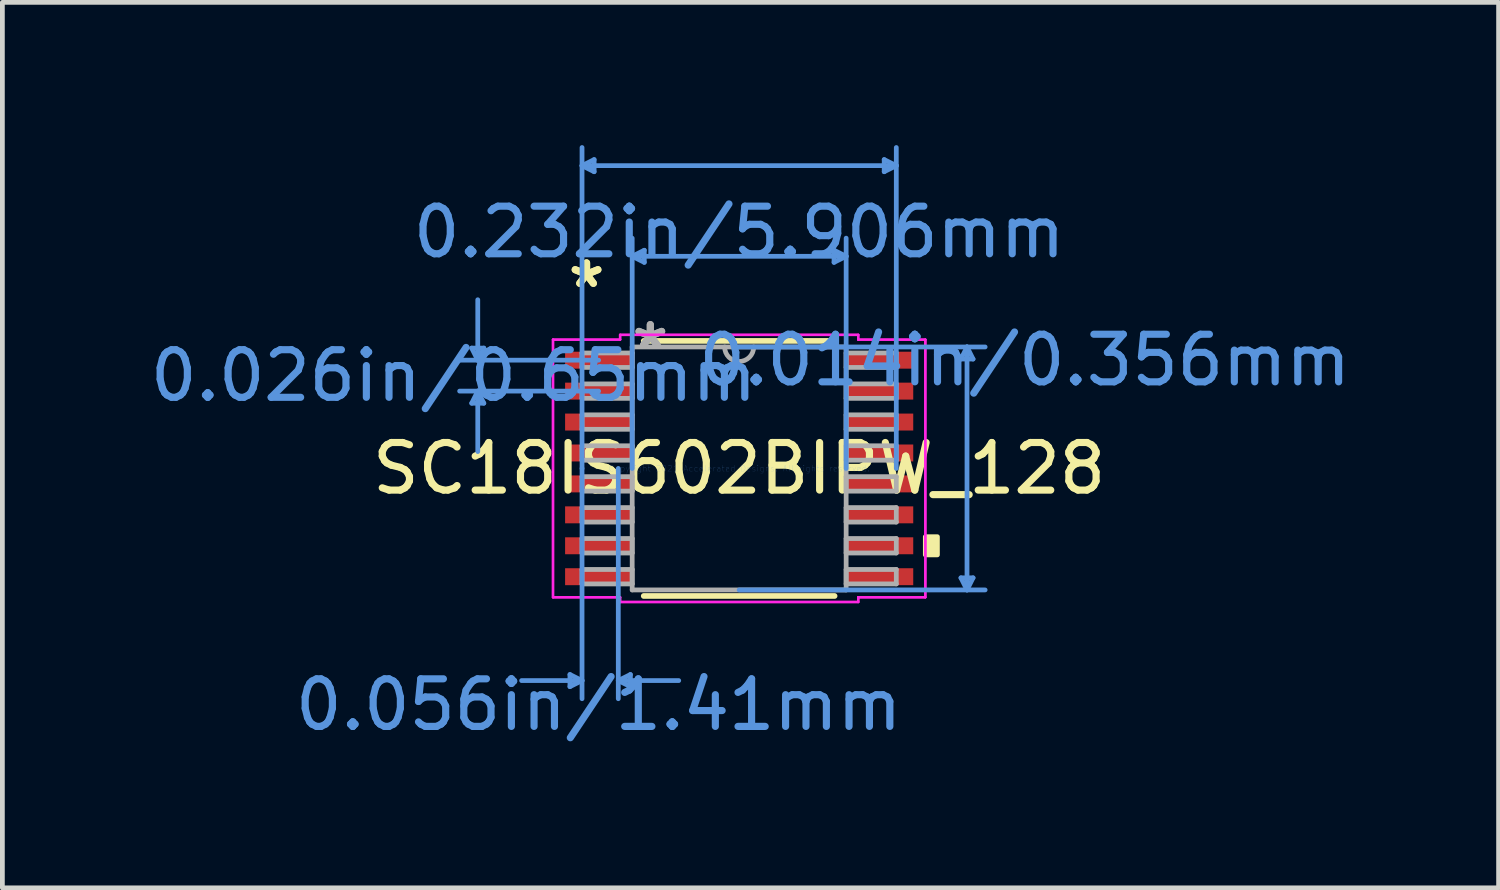
<source format=kicad_pcb>
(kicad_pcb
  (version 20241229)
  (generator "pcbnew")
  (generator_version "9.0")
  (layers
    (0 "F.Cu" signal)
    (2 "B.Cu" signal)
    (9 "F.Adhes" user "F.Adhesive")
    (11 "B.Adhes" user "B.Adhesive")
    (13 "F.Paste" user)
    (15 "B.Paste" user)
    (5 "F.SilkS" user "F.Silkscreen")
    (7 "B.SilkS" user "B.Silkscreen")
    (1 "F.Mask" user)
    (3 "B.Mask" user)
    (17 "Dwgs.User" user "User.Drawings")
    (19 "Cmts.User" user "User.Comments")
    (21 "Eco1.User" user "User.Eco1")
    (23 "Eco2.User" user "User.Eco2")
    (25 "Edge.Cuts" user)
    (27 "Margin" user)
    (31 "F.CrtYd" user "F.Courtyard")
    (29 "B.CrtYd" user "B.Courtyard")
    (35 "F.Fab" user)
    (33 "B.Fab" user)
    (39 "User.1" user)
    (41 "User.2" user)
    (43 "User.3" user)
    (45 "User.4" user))
  (footprint "SC18IS602BIPW_128"
    (layer "F.Cu")
    (at 12.483 6.794)
    (property "Reference" "SC18IS602BIPW_128" (at 0 0 0) (layer "F.SilkS") (effects (font (size 1 1) (thickness 0.15))))
    (attr through_hole)
    (fp_line (start -2.005 2.68) (end 2.005 2.68) (stroke (width 0.12) (type solid)) (layer "F.SilkS"))
    (fp_line (start 2.005 -2.68) (end -2.005 -2.68) (stroke (width 0.12) (type solid)) (layer "F.SilkS"))
    (fp_poly (pts (xy 4.166 1.435) (xy 4.166 1.816) (xy 3.912 1.816) (xy 3.912 1.435)) (stroke (width 0.1) (type solid)) (fill yes) (layer "F.SilkS"))
    (fp_line (start -5.62 -2.529) (end -5.366 -2.529) (stroke (width 0.1) (type solid)) (layer "Cmts.User"))
    (fp_line (start -5.62 -1.371) (end -5.366 -1.371) (stroke (width 0.1) (type solid)) (layer "Cmts.User"))
    (fp_line (start -5.493 -2.275) (end -5.62 -2.529) (stroke (width 0.1) (type solid)) (layer "Cmts.User"))
    (fp_line (start -5.493 -2.275) (end -5.493 -3.545) (stroke (width 0.1) (type solid)) (layer "Cmts.User"))
    (fp_line (start -5.493 -2.275) (end -5.366 -2.529) (stroke (width 0.1) (type solid)) (layer "Cmts.User"))
    (fp_line (start -5.493 -1.625) (end -5.62 -1.371) (stroke (width 0.1) (type solid)) (layer "Cmts.User"))
    (fp_line (start -5.493 -1.625) (end -5.493 -0.355) (stroke (width 0.1) (type solid)) (layer "Cmts.User"))
    (fp_line (start -5.493 -1.625) (end -5.366 -1.371) (stroke (width 0.1) (type solid)) (layer "Cmts.User"))
    (fp_line (start -3.556 4.331) (end -3.556 4.585) (stroke (width 0.1) (type solid)) (layer "Cmts.User"))
    (fp_line (start -3.302 -6.363) (end -3.048 -6.49) (stroke (width 0.1) (type solid)) (layer "Cmts.User"))
    (fp_line (start -3.302 -6.363) (end -3.048 -6.236) (stroke (width 0.1) (type solid)) (layer "Cmts.User"))
    (fp_line (start -3.302 -6.363) (end 3.302 -6.363) (stroke (width 0.1) (type solid)) (layer "Cmts.User"))
    (fp_line (start -3.302 0) (end -3.302 -6.744) (stroke (width 0.1) (type solid)) (layer "Cmts.User"))
    (fp_line (start -3.302 0) (end -3.302 4.839) (stroke (width 0.1) (type solid)) (layer "Cmts.User"))
    (fp_line (start -3.302 4.458) (end -4.572 4.458) (stroke (width 0.1) (type solid)) (layer "Cmts.User"))
    (fp_line (start -3.302 4.458) (end -3.556 4.331) (stroke (width 0.1) (type solid)) (layer "Cmts.User"))
    (fp_line (start -3.302 4.458) (end -3.556 4.585) (stroke (width 0.1) (type solid)) (layer "Cmts.User"))
    (fp_line (start -3.048 -6.49) (end -3.048 -6.236) (stroke (width 0.1) (type solid)) (layer "Cmts.User"))
    (fp_line (start -2.953 -2.275) (end -5.874 -2.275) (stroke (width 0.1) (type solid)) (layer "Cmts.User"))
    (fp_line (start -2.953 -1.625) (end -5.874 -1.625) (stroke (width 0.1) (type solid)) (layer "Cmts.User"))
    (fp_line (start -2.54 0) (end -2.54 4.839) (stroke (width 0.1) (type solid)) (layer "Cmts.User"))
    (fp_line (start -2.54 4.458) (end -2.286 4.331) (stroke (width 0.1) (type solid)) (layer "Cmts.User"))
    (fp_line (start -2.54 4.458) (end -2.286 4.585) (stroke (width 0.1) (type solid)) (layer "Cmts.User"))
    (fp_line (start -2.54 4.458) (end -1.27 4.458) (stroke (width 0.1) (type solid)) (layer "Cmts.User"))
    (fp_line (start -2.286 4.331) (end -2.286 4.585) (stroke (width 0.1) (type solid)) (layer "Cmts.User"))
    (fp_line (start -2.248 -4.458) (end -1.994 -4.585) (stroke (width 0.1) (type solid)) (layer "Cmts.User"))
    (fp_line (start -2.248 -4.458) (end -1.994 -4.331) (stroke (width 0.1) (type solid)) (layer "Cmts.User"))
    (fp_line (start -2.248 -4.458) (end 2.248 -4.458) (stroke (width 0.1) (type solid)) (layer "Cmts.User"))
    (fp_line (start -2.248 0) (end -2.248 -4.839) (stroke (width 0.1) (type solid)) (layer "Cmts.User"))
    (fp_line (start -1.994 -4.585) (end -1.994 -4.331) (stroke (width 0.1) (type solid)) (layer "Cmts.User"))
    (fp_line (start 0 -2.553) (end 5.169 -2.553) (stroke (width 0.1) (type solid)) (layer "Cmts.User"))
    (fp_line (start 0 2.553) (end 5.169 2.553) (stroke (width 0.1) (type solid)) (layer "Cmts.User"))
    (fp_line (start 1.994 -4.585) (end 1.994 -4.331) (stroke (width 0.1) (type solid)) (layer "Cmts.User"))
    (fp_line (start 2.248 -4.458) (end 1.994 -4.585) (stroke (width 0.1) (type solid)) (layer "Cmts.User"))
    (fp_line (start 2.248 -4.458) (end 1.994 -4.331) (stroke (width 0.1) (type solid)) (layer "Cmts.User"))
    (fp_line (start 2.248 0) (end 2.248 -4.839) (stroke (width 0.1) (type solid)) (layer "Cmts.User"))
    (fp_line (start 3.048 -6.49) (end 3.048 -6.236) (stroke (width 0.1) (type solid)) (layer "Cmts.User"))
    (fp_line (start 3.302 -6.363) (end 3.048 -6.49) (stroke (width 0.1) (type solid)) (layer "Cmts.User"))
    (fp_line (start 3.302 -6.363) (end 3.048 -6.236) (stroke (width 0.1) (type solid)) (layer "Cmts.User"))
    (fp_line (start 3.302 0) (end 3.302 -6.744) (stroke (width 0.1) (type solid)) (layer "Cmts.User"))
    (fp_line (start 4.661 -2.299) (end 4.915 -2.299) (stroke (width 0.1) (type solid)) (layer "Cmts.User"))
    (fp_line (start 4.661 2.299) (end 4.915 2.299) (stroke (width 0.1) (type solid)) (layer "Cmts.User"))
    (fp_line (start 4.788 -2.553) (end 4.661 -2.299) (stroke (width 0.1) (type solid)) (layer "Cmts.User"))
    (fp_line (start 4.788 -2.553) (end 4.788 2.553) (stroke (width 0.1) (type solid)) (layer "Cmts.User"))
    (fp_line (start 4.788 -2.553) (end 4.915 -2.299) (stroke (width 0.1) (type solid)) (layer "Cmts.User"))
    (fp_line (start 4.788 2.553) (end 4.661 2.299) (stroke (width 0.1) (type solid)) (layer "Cmts.User"))
    (fp_line (start 4.788 2.553) (end 4.915 2.299) (stroke (width 0.1) (type solid)) (layer "Cmts.User"))
    (fp_line (start -3.912 -2.707) (end -2.502 -2.707) (stroke (width 0.05) (type solid)) (layer "F.CrtYd"))
    (fp_line (start -3.912 -2.707) (end -2.502 -2.707) (stroke (width 0.05) (type solid)) (layer "F.CrtYd"))
    (fp_line (start -3.912 2.707) (end -3.912 -2.707) (stroke (width 0.05) (type solid)) (layer "F.CrtYd"))
    (fp_line (start -3.912 2.707) (end -3.912 -2.707) (stroke (width 0.05) (type solid)) (layer "F.CrtYd"))
    (fp_line (start -3.912 2.707) (end -2.502 2.707) (stroke (width 0.05) (type solid)) (layer "F.CrtYd"))
    (fp_line (start -2.502 -2.807) (end 2.502 -2.807) (stroke (width 0.05) (type solid)) (layer "F.CrtYd"))
    (fp_line (start -2.502 -2.807) (end 2.502 -2.807) (stroke (width 0.05) (type solid)) (layer "F.CrtYd"))
    (fp_line (start -2.502 -2.707) (end -2.502 -2.807) (stroke (width 0.05) (type solid)) (layer "F.CrtYd"))
    (fp_line (start -2.502 -2.707) (end -2.502 -2.807) (stroke (width 0.05) (type solid)) (layer "F.CrtYd"))
    (fp_line (start -2.502 2.707) (end -3.912 2.707) (stroke (width 0.05) (type solid)) (layer "F.CrtYd"))
    (fp_line (start -2.502 2.807) (end -2.502 2.707) (stroke (width 0.05) (type solid)) (layer "F.CrtYd"))
    (fp_line (start -2.502 2.807) (end -2.502 2.707) (stroke (width 0.05) (type solid)) (layer "F.CrtYd"))
    (fp_line (start 2.502 -2.807) (end 2.502 -2.707) (stroke (width 0.05) (type solid)) (layer "F.CrtYd"))
    (fp_line (start 2.502 -2.807) (end 2.502 -2.707) (stroke (width 0.05) (type solid)) (layer "F.CrtYd"))
    (fp_line (start 2.502 -2.707) (end 3.912 -2.707) (stroke (width 0.05) (type solid)) (layer "F.CrtYd"))
    (fp_line (start 2.502 2.707) (end 2.502 2.807) (stroke (width 0.05) (type solid)) (layer "F.CrtYd"))
    (fp_line (start 2.502 2.707) (end 2.502 2.807) (stroke (width 0.05) (type solid)) (layer "F.CrtYd"))
    (fp_line (start 2.502 2.807) (end -2.502 2.807) (stroke (width 0.05) (type solid)) (layer "F.CrtYd"))
    (fp_line (start 2.502 2.807) (end -2.502 2.807) (stroke (width 0.05) (type solid)) (layer "F.CrtYd"))
    (fp_line (start 3.912 -2.707) (end 2.502 -2.707) (stroke (width 0.05) (type solid)) (layer "F.CrtYd"))
    (fp_line (start 3.912 -2.707) (end 3.912 2.707) (stroke (width 0.05) (type solid)) (layer "F.CrtYd"))
    (fp_line (start 3.912 -2.707) (end 3.912 2.707) (stroke (width 0.05) (type solid)) (layer "F.CrtYd"))
    (fp_line (start 3.912 2.707) (end 2.502 2.707) (stroke (width 0.05) (type solid)) (layer "F.CrtYd"))
    (fp_line (start 3.912 2.707) (end 2.502 2.707) (stroke (width 0.05) (type solid)) (layer "F.CrtYd"))
    (fp_line (start -3.302 -2.427) (end -3.302 -2.123) (stroke (width 0.1) (type solid)) (layer "F.Fab"))
    (fp_line (start -3.302 -2.123) (end -2.248 -2.123) (stroke (width 0.1) (type solid)) (layer "F.Fab"))
    (fp_line (start -3.302 -1.777) (end -3.302 -1.473) (stroke (width 0.1) (type solid)) (layer "F.Fab"))
    (fp_line (start -3.302 -1.473) (end -2.248 -1.473) (stroke (width 0.1) (type solid)) (layer "F.Fab"))
    (fp_line (start -3.302 -1.127) (end -3.302 -0.823) (stroke (width 0.1) (type solid)) (layer "F.Fab"))
    (fp_line (start -3.302 -0.823) (end -2.248 -0.823) (stroke (width 0.1) (type solid)) (layer "F.Fab"))
    (fp_line (start -3.302 -0.477) (end -3.302 -0.173) (stroke (width 0.1) (type solid)) (layer "F.Fab"))
    (fp_line (start -3.302 -0.173) (end -2.248 -0.173) (stroke (width 0.1) (type solid)) (layer "F.Fab"))
    (fp_line (start -3.302 0.173) (end -3.302 0.477) (stroke (width 0.1) (type solid)) (layer "F.Fab"))
    (fp_line (start -3.302 0.477) (end -2.248 0.477) (stroke (width 0.1) (type solid)) (layer "F.Fab"))
    (fp_line (start -3.302 0.823) (end -3.302 1.127) (stroke (width 0.1) (type solid)) (layer "F.Fab"))
    (fp_line (start -3.302 1.127) (end -2.248 1.127) (stroke (width 0.1) (type solid)) (layer "F.Fab"))
    (fp_line (start -3.302 1.473) (end -3.302 1.777) (stroke (width 0.1) (type solid)) (layer "F.Fab"))
    (fp_line (start -3.302 1.777) (end -2.248 1.777) (stroke (width 0.1) (type solid)) (layer "F.Fab"))
    (fp_line (start -3.302 2.123) (end -3.302 2.427) (stroke (width 0.1) (type solid)) (layer "F.Fab"))
    (fp_line (start -3.302 2.427) (end -2.248 2.427) (stroke (width 0.1) (type solid)) (layer "F.Fab"))
    (fp_line (start -2.248 -2.553) (end -2.248 2.553) (stroke (width 0.1) (type solid)) (layer "F.Fab"))
    (fp_line (start -2.248 -2.427) (end -3.302 -2.427) (stroke (width 0.1) (type solid)) (layer "F.Fab"))
    (fp_line (start -2.248 -2.123) (end -2.248 -2.427) (stroke (width 0.1) (type solid)) (layer "F.Fab"))
    (fp_line (start -2.248 -1.777) (end -3.302 -1.777) (stroke (width 0.1) (type solid)) (layer "F.Fab"))
    (fp_line (start -2.248 -1.473) (end -2.248 -1.777) (stroke (width 0.1) (type solid)) (layer "F.Fab"))
    (fp_line (start -2.248 -1.127) (end -3.302 -1.127) (stroke (width 0.1) (type solid)) (layer "F.Fab"))
    (fp_line (start -2.248 -0.823) (end -2.248 -1.127) (stroke (width 0.1) (type solid)) (layer "F.Fab"))
    (fp_line (start -2.248 -0.477) (end -3.302 -0.477) (stroke (width 0.1) (type solid)) (layer "F.Fab"))
    (fp_line (start -2.248 -0.173) (end -2.248 -0.477) (stroke (width 0.1) (type solid)) (layer "F.Fab"))
    (fp_line (start -2.248 0.173) (end -3.302 0.173) (stroke (width 0.1) (type solid)) (layer "F.Fab"))
    (fp_line (start -2.248 0.477) (end -2.248 0.173) (stroke (width 0.1) (type solid)) (layer "F.Fab"))
    (fp_line (start -2.248 0.823) (end -3.302 0.823) (stroke (width 0.1) (type solid)) (layer "F.Fab"))
    (fp_line (start -2.248 1.127) (end -2.248 0.823) (stroke (width 0.1) (type solid)) (layer "F.Fab"))
    (fp_line (start -2.248 1.473) (end -3.302 1.473) (stroke (width 0.1) (type solid)) (layer "F.Fab"))
    (fp_line (start -2.248 1.777) (end -2.248 1.473) (stroke (width 0.1) (type solid)) (layer "F.Fab"))
    (fp_line (start -2.248 2.123) (end -3.302 2.123) (stroke (width 0.1) (type solid)) (layer "F.Fab"))
    (fp_line (start -2.248 2.427) (end -2.248 2.123) (stroke (width 0.1) (type solid)) (layer "F.Fab"))
    (fp_line (start -2.248 2.553) (end 2.248 2.553) (stroke (width 0.1) (type solid)) (layer "F.Fab"))
    (fp_line (start 2.248 -2.553) (end -2.248 -2.553) (stroke (width 0.1) (type solid)) (layer "F.Fab"))
    (fp_line (start 2.248 -2.427) (end 2.248 -2.123) (stroke (width 0.1) (type solid)) (layer "F.Fab"))
    (fp_line (start 2.248 -2.123) (end 3.302 -2.123) (stroke (width 0.1) (type solid)) (layer "F.Fab"))
    (fp_line (start 2.248 -1.777) (end 2.248 -1.473) (stroke (width 0.1) (type solid)) (layer "F.Fab"))
    (fp_line (start 2.248 -1.473) (end 3.302 -1.473) (stroke (width 0.1) (type solid)) (layer "F.Fab"))
    (fp_line (start 2.248 -1.127) (end 2.248 -0.823) (stroke (width 0.1) (type solid)) (layer "F.Fab"))
    (fp_line (start 2.248 -0.823) (end 3.302 -0.823) (stroke (width 0.1) (type solid)) (layer "F.Fab"))
    (fp_line (start 2.248 -0.477) (end 2.248 -0.173) (stroke (width 0.1) (type solid)) (layer "F.Fab"))
    (fp_line (start 2.248 -0.173) (end 3.302 -0.173) (stroke (width 0.1) (type solid)) (layer "F.Fab"))
    (fp_line (start 2.248 0.173) (end 2.248 0.477) (stroke (width 0.1) (type solid)) (layer "F.Fab"))
    (fp_line (start 2.248 0.477) (end 3.302 0.477) (stroke (width 0.1) (type solid)) (layer "F.Fab"))
    (fp_line (start 2.248 0.823) (end 2.248 1.127) (stroke (width 0.1) (type solid)) (layer "F.Fab"))
    (fp_line (start 2.248 1.127) (end 3.302 1.127) (stroke (width 0.1) (type solid)) (layer "F.Fab"))
    (fp_line (start 2.248 1.473) (end 2.248 1.777) (stroke (width 0.1) (type solid)) (layer "F.Fab"))
    (fp_line (start 2.248 1.777) (end 3.302 1.777) (stroke (width 0.1) (type solid)) (layer "F.Fab"))
    (fp_line (start 2.248 2.123) (end 2.248 2.427) (stroke (width 0.1) (type solid)) (layer "F.Fab"))
    (fp_line (start 2.248 2.427) (end 3.302 2.427) (stroke (width 0.1) (type solid)) (layer "F.Fab"))
    (fp_line (start 2.248 2.553) (end 2.248 -2.553) (stroke (width 0.1) (type solid)) (layer "F.Fab"))
    (fp_line (start 3.302 -2.427) (end 2.248 -2.427) (stroke (width 0.1) (type solid)) (layer "F.Fab"))
    (fp_line (start 3.302 -2.123) (end 3.302 -2.427) (stroke (width 0.1) (type solid)) (layer "F.Fab"))
    (fp_line (start 3.302 -1.777) (end 2.248 -1.777) (stroke (width 0.1) (type solid)) (layer "F.Fab"))
    (fp_line (start 3.302 -1.473) (end 3.302 -1.777) (stroke (width 0.1) (type solid)) (layer "F.Fab"))
    (fp_line (start 3.302 -1.127) (end 2.248 -1.127) (stroke (width 0.1) (type solid)) (layer "F.Fab"))
    (fp_line (start 3.302 -0.823) (end 3.302 -1.127) (stroke (width 0.1) (type solid)) (layer "F.Fab"))
    (fp_line (start 3.302 -0.477) (end 2.248 -0.477) (stroke (width 0.1) (type solid)) (layer "F.Fab"))
    (fp_line (start 3.302 -0.173) (end 3.302 -0.477) (stroke (width 0.1) (type solid)) (layer "F.Fab"))
    (fp_line (start 3.302 0.173) (end 2.248 0.173) (stroke (width 0.1) (type solid)) (layer "F.Fab"))
    (fp_line (start 3.302 0.477) (end 3.302 0.173) (stroke (width 0.1) (type solid)) (layer "F.Fab"))
    (fp_line (start 3.302 0.823) (end 2.248 0.823) (stroke (width 0.1) (type solid)) (layer "F.Fab"))
    (fp_line (start 3.302 1.127) (end 3.302 0.823) (stroke (width 0.1) (type solid)) (layer "F.Fab"))
    (fp_line (start 3.302 1.473) (end 2.248 1.473) (stroke (width 0.1) (type solid)) (layer "F.Fab"))
    (fp_line (start 3.302 1.777) (end 3.302 1.473) (stroke (width 0.1) (type solid)) (layer "F.Fab"))
    (fp_line (start 3.302 2.123) (end 2.248 2.123) (stroke (width 0.1) (type solid)) (layer "F.Fab"))
    (fp_line (start 3.302 2.427) (end 3.302 2.123) (stroke (width 0.1) (type solid)) (layer "F.Fab"))
    (fp_arc (start 0.3048 -2.5527) (mid 0 -2.2479) (end -0.3048 -2.5527) (stroke (width 0.1) (type solid)) (layer "F.Fab"))
    (fp_text user "*" (at -3.207 -3.774 0) (layer "F.SilkS") (effects (font (size 1 1) (thickness 0.15))))
    (fp_text user "*" (at -3.207 -3.774 0) (layer "F.SilkS") (effects (font (size 1 1) (thickness 0.15))))
    (fp_text user "0.232in/5.906mm" (at 0 -4.966 0) (layer "Cmts.User") (effects (font (size 1 1) (thickness 0.15))))
    (fp_text user "Copyright 2021 Accelerated Designs. All rights reserved." (at 0 0 0) (layer "Cmts.User") (effects (font (size 0.127 0.127) (thickness 0.002))))
    (fp_text user "0.026in/0.65mm" (at -6.001 -1.95 0) (layer "Cmts.User") (effects (font (size 1 1) (thickness 0.15))))
    (fp_text user "0.056in/1.41mm" (at -2.953 4.966 0) (layer "Cmts.User") (effects (font (size 1 1) (thickness 0.15))))
    (fp_text user "0.014in/0.356mm" (at 6.001 -2.275 0) (layer "Cmts.User") (effects (font (size 1 1) (thickness 0.15))))
    (fp_text user "*" (at -1.867 -2.477 0) (layer "F.Fab") (effects (font (size 1 1) (thickness 0.15))))
    (fp_text user "*" (at -1.867 -2.477 0) (layer "F.Fab") (effects (font (size 1 1) (thickness 0.15))))
    (pad "1" smd rect (at -2.953 -2.275) (size 1.41 0.356) (layers "F.Cu" "F.Mask" "F.Paste"))
    (pad "2" smd rect (at -2.953 -1.625) (size 1.41 0.356) (layers "F.Cu" "F.Mask" "F.Paste"))
    (pad "3" smd rect (at -2.953 -0.975) (size 1.41 0.356) (layers "F.Cu" "F.Mask" "F.Paste"))
    (pad "4" smd rect (at -2.953 -0.325) (size 1.41 0.356) (layers "F.Cu" "F.Mask" "F.Paste"))
    (pad "5" smd rect (at -2.953 0.325) (size 1.41 0.356) (layers "F.Cu" "F.Mask" "F.Paste"))
    (pad "6" smd rect (at -2.953 0.975) (size 1.41 0.356) (layers "F.Cu" "F.Mask" "F.Paste"))
    (pad "7" smd rect (at -2.953 1.625) (size 1.41 0.356) (layers "F.Cu" "F.Mask" "F.Paste"))
    (pad "8" smd rect (at -2.953 2.275) (size 1.41 0.356) (layers "F.Cu" "F.Mask" "F.Paste"))
    (pad "9" smd rect (at 2.953 2.275) (size 1.41 0.356) (layers "F.Cu" "F.Mask" "F.Paste"))
    (pad "10" smd rect (at 2.953 1.625) (size 1.41 0.356) (layers "F.Cu" "F.Mask" "F.Paste"))
    (pad "11" smd rect (at 2.953 0.975) (size 1.41 0.356) (layers "F.Cu" "F.Mask" "F.Paste"))
    (pad "12" smd rect (at 2.953 0.325) (size 1.41 0.356) (layers "F.Cu" "F.Mask" "F.Paste"))
    (pad "13" smd rect (at 2.953 -0.325) (size 1.41 0.356) (layers "F.Cu" "F.Mask" "F.Paste"))
    (pad "14" smd rect (at 2.953 -0.975) (size 1.41 0.356) (layers "F.Cu" "F.Mask" "F.Paste"))
    (pad "15" smd rect (at 2.953 -1.625) (size 1.41 0.356) (layers "F.Cu" "F.Mask" "F.Paste"))
    (pad "16" smd rect (at 2.953 -2.275) (size 1.41 0.356) (layers "F.Cu" "F.Mask" "F.Paste")))
  (gr_rect
    (start -3 -3)
    (end 28.442 15.608)
    (stroke (width 0.1) (type default))
    (fill no)
    (layer "Edge.Cuts")))
</source>
